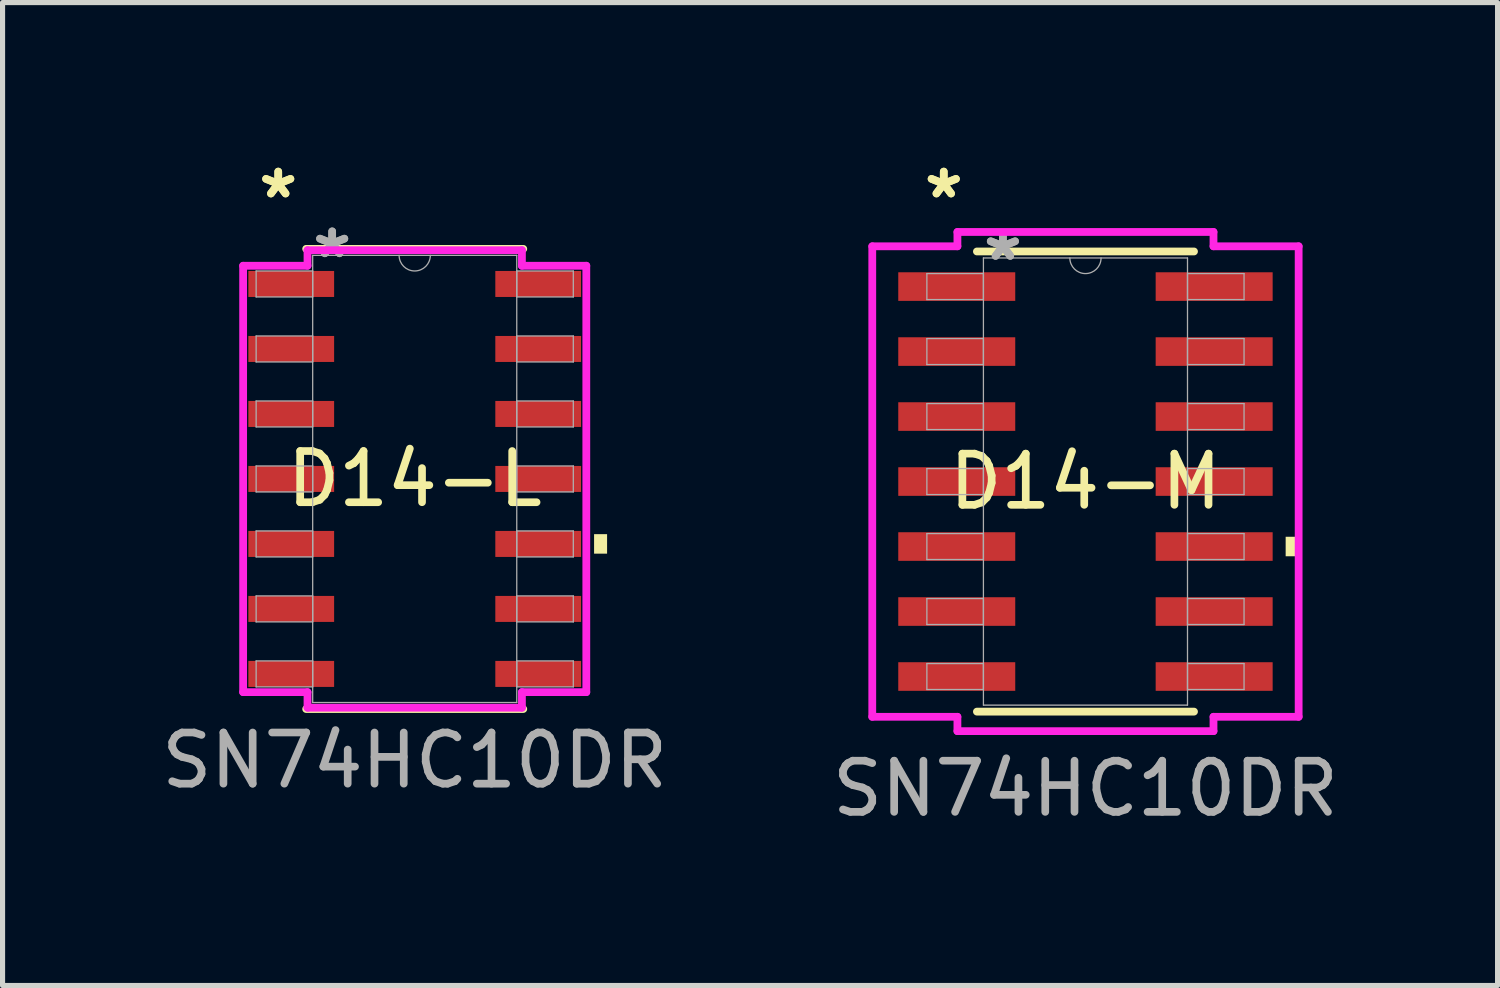
<source format=kicad_pcb>
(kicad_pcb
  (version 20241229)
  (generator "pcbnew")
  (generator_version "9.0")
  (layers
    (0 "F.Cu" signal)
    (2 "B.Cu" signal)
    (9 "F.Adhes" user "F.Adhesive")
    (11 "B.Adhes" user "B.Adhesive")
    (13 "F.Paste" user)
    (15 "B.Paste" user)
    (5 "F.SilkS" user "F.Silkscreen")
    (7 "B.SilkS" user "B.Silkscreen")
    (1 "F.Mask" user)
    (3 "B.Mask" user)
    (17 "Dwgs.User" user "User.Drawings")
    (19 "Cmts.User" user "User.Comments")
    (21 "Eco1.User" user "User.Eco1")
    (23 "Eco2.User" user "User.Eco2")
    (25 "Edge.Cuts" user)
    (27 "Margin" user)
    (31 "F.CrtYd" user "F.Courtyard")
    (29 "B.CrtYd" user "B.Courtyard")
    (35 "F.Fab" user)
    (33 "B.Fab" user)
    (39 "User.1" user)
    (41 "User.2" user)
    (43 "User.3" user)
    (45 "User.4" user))
  (footprint "D14-L"
    (layer "F.Cu")
    (at 5.054 6.309)
    (property "Reference" "D14-L" (at 0 0 0) (unlocked yes) (layer "F.SilkS") (effects (font (size 1 1) (thickness 0.15))))
    (attr smd)
    (fp_line (start -2.121 4.496) (end 2.121 4.496) (stroke (width 0.152) (type solid)) (layer "F.SilkS"))
    (fp_line (start 2.121 -4.496) (end -2.121 -4.496) (stroke (width 0.152) (type solid)) (layer "F.SilkS"))
    (fp_poly (pts (xy 3.759 1.079) (xy 3.759 1.46) (xy 3.505 1.46) (xy 3.505 1.079)) (stroke (width 0) (type solid)) (fill yes) (layer "F.SilkS"))
    (fp_line (start -3.353 -4.166) (end -2.095 -4.166) (stroke (width 0.152) (type solid)) (layer "F.CrtYd"))
    (fp_line (start -3.353 4.166) (end -3.353 -4.166) (stroke (width 0.152) (type solid)) (layer "F.CrtYd"))
    (fp_line (start -3.353 4.166) (end -2.095 4.166) (stroke (width 0.152) (type solid)) (layer "F.CrtYd"))
    (fp_line (start -2.095 -4.47) (end 2.095 -4.47) (stroke (width 0.152) (type solid)) (layer "F.CrtYd"))
    (fp_line (start -2.095 -4.166) (end -2.095 -4.47) (stroke (width 0.152) (type solid)) (layer "F.CrtYd"))
    (fp_line (start -2.095 4.47) (end -2.095 4.166) (stroke (width 0.152) (type solid)) (layer "F.CrtYd"))
    (fp_line (start 2.095 -4.47) (end 2.095 -4.166) (stroke (width 0.152) (type solid)) (layer "F.CrtYd"))
    (fp_line (start 2.095 4.166) (end 2.095 4.47) (stroke (width 0.152) (type solid)) (layer "F.CrtYd"))
    (fp_line (start 2.095 4.47) (end -2.095 4.47) (stroke (width 0.152) (type solid)) (layer "F.CrtYd"))
    (fp_line (start 3.353 -4.166) (end 2.095 -4.166) (stroke (width 0.152) (type solid)) (layer "F.CrtYd"))
    (fp_line (start 3.353 -4.166) (end 3.353 4.166) (stroke (width 0.152) (type solid)) (layer "F.CrtYd"))
    (fp_line (start 3.353 4.166) (end 2.095 4.166) (stroke (width 0.152) (type solid)) (layer "F.CrtYd"))
    (fp_line (start -3.099 -4.064) (end -3.099 -3.556) (stroke (width 0.025) (type solid)) (layer "F.Fab"))
    (fp_line (start -3.099 -3.556) (end -1.994 -3.556) (stroke (width 0.025) (type solid)) (layer "F.Fab"))
    (fp_line (start -3.099 -2.794) (end -3.099 -2.286) (stroke (width 0.025) (type solid)) (layer "F.Fab"))
    (fp_line (start -3.099 -2.286) (end -1.994 -2.286) (stroke (width 0.025) (type solid)) (layer "F.Fab"))
    (fp_line (start -3.099 -1.524) (end -3.099 -1.016) (stroke (width 0.025) (type solid)) (layer "F.Fab"))
    (fp_line (start -3.099 -1.016) (end -1.994 -1.016) (stroke (width 0.025) (type solid)) (layer "F.Fab"))
    (fp_line (start -3.099 -0.254) (end -3.099 0.254) (stroke (width 0.025) (type solid)) (layer "F.Fab"))
    (fp_line (start -3.099 0.254) (end -1.994 0.254) (stroke (width 0.025) (type solid)) (layer "F.Fab"))
    (fp_line (start -3.099 1.016) (end -3.099 1.524) (stroke (width 0.025) (type solid)) (layer "F.Fab"))
    (fp_line (start -3.099 1.524) (end -1.994 1.524) (stroke (width 0.025) (type solid)) (layer "F.Fab"))
    (fp_line (start -3.099 2.286) (end -3.099 2.794) (stroke (width 0.025) (type solid)) (layer "F.Fab"))
    (fp_line (start -3.099 2.794) (end -1.994 2.794) (stroke (width 0.025) (type solid)) (layer "F.Fab"))
    (fp_line (start -3.099 3.556) (end -3.099 4.064) (stroke (width 0.025) (type solid)) (layer "F.Fab"))
    (fp_line (start -3.099 4.064) (end -1.994 4.064) (stroke (width 0.025) (type solid)) (layer "F.Fab"))
    (fp_line (start -1.994 -4.369) (end -1.994 4.369) (stroke (width 0.025) (type solid)) (layer "F.Fab"))
    (fp_line (start -1.994 -4.064) (end -3.099 -4.064) (stroke (width 0.025) (type solid)) (layer "F.Fab"))
    (fp_line (start -1.994 -3.556) (end -1.994 -4.064) (stroke (width 0.025) (type solid)) (layer "F.Fab"))
    (fp_line (start -1.994 -2.794) (end -3.099 -2.794) (stroke (width 0.025) (type solid)) (layer "F.Fab"))
    (fp_line (start -1.994 -2.286) (end -1.994 -2.794) (stroke (width 0.025) (type solid)) (layer "F.Fab"))
    (fp_line (start -1.994 -1.524) (end -3.099 -1.524) (stroke (width 0.025) (type solid)) (layer "F.Fab"))
    (fp_line (start -1.994 -1.016) (end -1.994 -1.524) (stroke (width 0.025) (type solid)) (layer "F.Fab"))
    (fp_line (start -1.994 -0.254) (end -3.099 -0.254) (stroke (width 0.025) (type solid)) (layer "F.Fab"))
    (fp_line (start -1.994 0.254) (end -1.994 -0.254) (stroke (width 0.025) (type solid)) (layer "F.Fab"))
    (fp_line (start -1.994 1.016) (end -3.099 1.016) (stroke (width 0.025) (type solid)) (layer "F.Fab"))
    (fp_line (start -1.994 1.524) (end -1.994 1.016) (stroke (width 0.025) (type solid)) (layer "F.Fab"))
    (fp_line (start -1.994 2.286) (end -3.099 2.286) (stroke (width 0.025) (type solid)) (layer "F.Fab"))
    (fp_line (start -1.994 2.794) (end -1.994 2.286) (stroke (width 0.025) (type solid)) (layer "F.Fab"))
    (fp_line (start -1.994 3.556) (end -3.099 3.556) (stroke (width 0.025) (type solid)) (layer "F.Fab"))
    (fp_line (start -1.994 4.064) (end -1.994 3.556) (stroke (width 0.025) (type solid)) (layer "F.Fab"))
    (fp_line (start -1.994 4.369) (end 1.994 4.369) (stroke (width 0.025) (type solid)) (layer "F.Fab"))
    (fp_line (start 1.994 -4.369) (end -1.994 -4.369) (stroke (width 0.025) (type solid)) (layer "F.Fab"))
    (fp_line (start 1.994 -4.064) (end 1.994 -3.556) (stroke (width 0.025) (type solid)) (layer "F.Fab"))
    (fp_line (start 1.994 -3.556) (end 3.099 -3.556) (stroke (width 0.025) (type solid)) (layer "F.Fab"))
    (fp_line (start 1.994 -2.794) (end 1.994 -2.286) (stroke (width 0.025) (type solid)) (layer "F.Fab"))
    (fp_line (start 1.994 -2.286) (end 3.099 -2.286) (stroke (width 0.025) (type solid)) (layer "F.Fab"))
    (fp_line (start 1.994 -1.524) (end 1.994 -1.016) (stroke (width 0.025) (type solid)) (layer "F.Fab"))
    (fp_line (start 1.994 -1.016) (end 3.099 -1.016) (stroke (width 0.025) (type solid)) (layer "F.Fab"))
    (fp_line (start 1.994 -0.254) (end 1.994 0.254) (stroke (width 0.025) (type solid)) (layer "F.Fab"))
    (fp_line (start 1.994 0.254) (end 3.099 0.254) (stroke (width 0.025) (type solid)) (layer "F.Fab"))
    (fp_line (start 1.994 1.016) (end 1.994 1.524) (stroke (width 0.025) (type solid)) (layer "F.Fab"))
    (fp_line (start 1.994 1.524) (end 3.099 1.524) (stroke (width 0.025) (type solid)) (layer "F.Fab"))
    (fp_line (start 1.994 2.286) (end 1.994 2.794) (stroke (width 0.025) (type solid)) (layer "F.Fab"))
    (fp_line (start 1.994 2.794) (end 3.099 2.794) (stroke (width 0.025) (type solid)) (layer "F.Fab"))
    (fp_line (start 1.994 3.556) (end 1.994 4.064) (stroke (width 0.025) (type solid)) (layer "F.Fab"))
    (fp_line (start 1.994 4.064) (end 3.099 4.064) (stroke (width 0.025) (type solid)) (layer "F.Fab"))
    (fp_line (start 1.994 4.369) (end 1.994 -4.369) (stroke (width 0.025) (type solid)) (layer "F.Fab"))
    (fp_line (start 3.099 -4.064) (end 1.994 -4.064) (stroke (width 0.025) (type solid)) (layer "F.Fab"))
    (fp_line (start 3.099 -3.556) (end 3.099 -4.064) (stroke (width 0.025) (type solid)) (layer "F.Fab"))
    (fp_line (start 3.099 -2.794) (end 1.994 -2.794) (stroke (width 0.025) (type solid)) (layer "F.Fab"))
    (fp_line (start 3.099 -2.286) (end 3.099 -2.794) (stroke (width 0.025) (type solid)) (layer "F.Fab"))
    (fp_line (start 3.099 -1.524) (end 1.994 -1.524) (stroke (width 0.025) (type solid)) (layer "F.Fab"))
    (fp_line (start 3.099 -1.016) (end 3.099 -1.524) (stroke (width 0.025) (type solid)) (layer "F.Fab"))
    (fp_line (start 3.099 -0.254) (end 1.994 -0.254) (stroke (width 0.025) (type solid)) (layer "F.Fab"))
    (fp_line (start 3.099 0.254) (end 3.099 -0.254) (stroke (width 0.025) (type solid)) (layer "F.Fab"))
    (fp_line (start 3.099 1.016) (end 1.994 1.016) (stroke (width 0.025) (type solid)) (layer "F.Fab"))
    (fp_line (start 3.099 1.524) (end 3.099 1.016) (stroke (width 0.025) (type solid)) (layer "F.Fab"))
    (fp_line (start 3.099 2.286) (end 1.994 2.286) (stroke (width 0.025) (type solid)) (layer "F.Fab"))
    (fp_line (start 3.099 2.794) (end 3.099 2.286) (stroke (width 0.025) (type solid)) (layer "F.Fab"))
    (fp_line (start 3.099 3.556) (end 1.994 3.556) (stroke (width 0.025) (type solid)) (layer "F.Fab"))
    (fp_line (start 3.099 4.064) (end 3.099 3.556) (stroke (width 0.025) (type solid)) (layer "F.Fab"))
    (fp_arc (start 0.3048 -4.3688) (mid 0 -4.064) (end -0.3048 -4.3688) (stroke (width 0.0254) (type solid)) (layer "F.Fab"))
    (fp_text user "*" (at -2.667 -5.461 0) (layer "F.SilkS") (effects (font (size 1 1) (thickness 0.15))))
    (fp_text user "*" (at -2.667 -5.461 0) (unlocked yes) (layer "F.SilkS") (effects (font (size 1 1) (thickness 0.15))))
    (fp_text user "*" (at -1.613 -4.293 0) (unlocked yes) (layer "F.Fab") (effects (font (size 1 1) (thickness 0.15))))
    (fp_text user "*" (at -1.613 -4.293 0) (layer "F.Fab") (effects (font (size 1 1) (thickness 0.15))))
    (fp_text user "SN74HC10DR" (at 0 5.5 0) (unlocked yes) (layer "F.Fab") (effects (font (size 1 1) (thickness 0.15))))
    (pad "1" smd rect (at -2.413 -3.81) (size 1.676 0.508) (layers "F.Cu" "F.Mask" "F.Paste"))
    (pad "2" smd rect (at -2.413 -2.54) (size 1.676 0.508) (layers "F.Cu" "F.Mask" "F.Paste"))
    (pad "3" smd rect (at -2.413 -1.27) (size 1.676 0.508) (layers "F.Cu" "F.Mask" "F.Paste"))
    (pad "4" smd rect (at -2.413 0) (size 1.676 0.508) (layers "F.Cu" "F.Mask" "F.Paste"))
    (pad "5" smd rect (at -2.413 1.27) (size 1.676 0.508) (layers "F.Cu" "F.Mask" "F.Paste"))
    (pad "6" smd rect (at -2.413 2.54) (size 1.676 0.508) (layers "F.Cu" "F.Mask" "F.Paste"))
    (pad "7" smd rect (at -2.413 3.81) (size 1.676 0.508) (layers "F.Cu" "F.Mask" "F.Paste"))
    (pad "8" smd rect (at 2.413 3.81) (size 1.676 0.508) (layers "F.Cu" "F.Mask" "F.Paste"))
    (pad "9" smd rect (at 2.413 2.54) (size 1.676 0.508) (layers "F.Cu" "F.Mask" "F.Paste"))
    (pad "10" smd rect (at 2.413 1.27) (size 1.676 0.508) (layers "F.Cu" "F.Mask" "F.Paste"))
    (pad "11" smd rect (at 2.413 0) (size 1.676 0.508) (layers "F.Cu" "F.Mask" "F.Paste"))
    (pad "12" smd rect (at 2.413 -1.27) (size 1.676 0.508) (layers "F.Cu" "F.Mask" "F.Paste"))
    (pad "13" smd rect (at 2.413 -2.54) (size 1.676 0.508) (layers "F.Cu" "F.Mask" "F.Paste"))
    (pad "14" smd rect (at 2.413 -3.81) (size 1.676 0.508) (layers "F.Cu" "F.Mask" "F.Paste")))
  (footprint "D14-M"
    (layer "F.Cu")
    (at 18.161 6.36)
    (property "Reference" "D14-M" (at 0 0 0) (unlocked yes) (layer "F.SilkS") (effects (font (size 1 1) (thickness 0.15))))
    (attr smd)
    (fp_line (start -2.121 4.496) (end 2.121 4.496) (stroke (width 0.152) (type solid)) (layer "F.SilkS"))
    (fp_line (start 2.121 -4.496) (end -2.121 -4.496) (stroke (width 0.152) (type solid)) (layer "F.SilkS"))
    (fp_poly (pts (xy 4.166 1.079) (xy 4.166 1.46) (xy 3.912 1.46) (xy 3.912 1.079)) (stroke (width 0) (type solid)) (fill yes) (layer "F.SilkS"))
    (fp_line (start -4.166 -4.597) (end -2.502 -4.597) (stroke (width 0.152) (type solid)) (layer "F.CrtYd"))
    (fp_line (start -4.166 4.597) (end -4.166 -4.597) (stroke (width 0.152) (type solid)) (layer "F.CrtYd"))
    (fp_line (start -4.166 4.597) (end -2.502 4.597) (stroke (width 0.152) (type solid)) (layer "F.CrtYd"))
    (fp_line (start -2.502 -4.877) (end 2.502 -4.877) (stroke (width 0.152) (type solid)) (layer "F.CrtYd"))
    (fp_line (start -2.502 -4.597) (end -2.502 -4.877) (stroke (width 0.152) (type solid)) (layer "F.CrtYd"))
    (fp_line (start -2.502 4.877) (end -2.502 4.597) (stroke (width 0.152) (type solid)) (layer "F.CrtYd"))
    (fp_line (start 2.502 -4.877) (end 2.502 -4.597) (stroke (width 0.152) (type solid)) (layer "F.CrtYd"))
    (fp_line (start 2.502 4.597) (end 2.502 4.877) (stroke (width 0.152) (type solid)) (layer "F.CrtYd"))
    (fp_line (start 2.502 4.877) (end -2.502 4.877) (stroke (width 0.152) (type solid)) (layer "F.CrtYd"))
    (fp_line (start 4.166 -4.597) (end 2.502 -4.597) (stroke (width 0.152) (type solid)) (layer "F.CrtYd"))
    (fp_line (start 4.166 -4.597) (end 4.166 4.597) (stroke (width 0.152) (type solid)) (layer "F.CrtYd"))
    (fp_line (start 4.166 4.597) (end 2.502 4.597) (stroke (width 0.152) (type solid)) (layer "F.CrtYd"))
    (fp_line (start -3.099 -4.064) (end -3.099 -3.556) (stroke (width 0.025) (type solid)) (layer "F.Fab"))
    (fp_line (start -3.099 -3.556) (end -1.994 -3.556) (stroke (width 0.025) (type solid)) (layer "F.Fab"))
    (fp_line (start -3.099 -2.794) (end -3.099 -2.286) (stroke (width 0.025) (type solid)) (layer "F.Fab"))
    (fp_line (start -3.099 -2.286) (end -1.994 -2.286) (stroke (width 0.025) (type solid)) (layer "F.Fab"))
    (fp_line (start -3.099 -1.524) (end -3.099 -1.016) (stroke (width 0.025) (type solid)) (layer "F.Fab"))
    (fp_line (start -3.099 -1.016) (end -1.994 -1.016) (stroke (width 0.025) (type solid)) (layer "F.Fab"))
    (fp_line (start -3.099 -0.254) (end -3.099 0.254) (stroke (width 0.025) (type solid)) (layer "F.Fab"))
    (fp_line (start -3.099 0.254) (end -1.994 0.254) (stroke (width 0.025) (type solid)) (layer "F.Fab"))
    (fp_line (start -3.099 1.016) (end -3.099 1.524) (stroke (width 0.025) (type solid)) (layer "F.Fab"))
    (fp_line (start -3.099 1.524) (end -1.994 1.524) (stroke (width 0.025) (type solid)) (layer "F.Fab"))
    (fp_line (start -3.099 2.286) (end -3.099 2.794) (stroke (width 0.025) (type solid)) (layer "F.Fab"))
    (fp_line (start -3.099 2.794) (end -1.994 2.794) (stroke (width 0.025) (type solid)) (layer "F.Fab"))
    (fp_line (start -3.099 3.556) (end -3.099 4.064) (stroke (width 0.025) (type solid)) (layer "F.Fab"))
    (fp_line (start -3.099 4.064) (end -1.994 4.064) (stroke (width 0.025) (type solid)) (layer "F.Fab"))
    (fp_line (start -1.994 -4.369) (end -1.994 4.369) (stroke (width 0.025) (type solid)) (layer "F.Fab"))
    (fp_line (start -1.994 -4.064) (end -3.099 -4.064) (stroke (width 0.025) (type solid)) (layer "F.Fab"))
    (fp_line (start -1.994 -3.556) (end -1.994 -4.064) (stroke (width 0.025) (type solid)) (layer "F.Fab"))
    (fp_line (start -1.994 -2.794) (end -3.099 -2.794) (stroke (width 0.025) (type solid)) (layer "F.Fab"))
    (fp_line (start -1.994 -2.286) (end -1.994 -2.794) (stroke (width 0.025) (type solid)) (layer "F.Fab"))
    (fp_line (start -1.994 -1.524) (end -3.099 -1.524) (stroke (width 0.025) (type solid)) (layer "F.Fab"))
    (fp_line (start -1.994 -1.016) (end -1.994 -1.524) (stroke (width 0.025) (type solid)) (layer "F.Fab"))
    (fp_line (start -1.994 -0.254) (end -3.099 -0.254) (stroke (width 0.025) (type solid)) (layer "F.Fab"))
    (fp_line (start -1.994 0.254) (end -1.994 -0.254) (stroke (width 0.025) (type solid)) (layer "F.Fab"))
    (fp_line (start -1.994 1.016) (end -3.099 1.016) (stroke (width 0.025) (type solid)) (layer "F.Fab"))
    (fp_line (start -1.994 1.524) (end -1.994 1.016) (stroke (width 0.025) (type solid)) (layer "F.Fab"))
    (fp_line (start -1.994 2.286) (end -3.099 2.286) (stroke (width 0.025) (type solid)) (layer "F.Fab"))
    (fp_line (start -1.994 2.794) (end -1.994 2.286) (stroke (width 0.025) (type solid)) (layer "F.Fab"))
    (fp_line (start -1.994 3.556) (end -3.099 3.556) (stroke (width 0.025) (type solid)) (layer "F.Fab"))
    (fp_line (start -1.994 4.064) (end -1.994 3.556) (stroke (width 0.025) (type solid)) (layer "F.Fab"))
    (fp_line (start -1.994 4.369) (end 1.994 4.369) (stroke (width 0.025) (type solid)) (layer "F.Fab"))
    (fp_line (start 1.994 -4.369) (end -1.994 -4.369) (stroke (width 0.025) (type solid)) (layer "F.Fab"))
    (fp_line (start 1.994 -4.064) (end 1.994 -3.556) (stroke (width 0.025) (type solid)) (layer "F.Fab"))
    (fp_line (start 1.994 -3.556) (end 3.099 -3.556) (stroke (width 0.025) (type solid)) (layer "F.Fab"))
    (fp_line (start 1.994 -2.794) (end 1.994 -2.286) (stroke (width 0.025) (type solid)) (layer "F.Fab"))
    (fp_line (start 1.994 -2.286) (end 3.099 -2.286) (stroke (width 0.025) (type solid)) (layer "F.Fab"))
    (fp_line (start 1.994 -1.524) (end 1.994 -1.016) (stroke (width 0.025) (type solid)) (layer "F.Fab"))
    (fp_line (start 1.994 -1.016) (end 3.099 -1.016) (stroke (width 0.025) (type solid)) (layer "F.Fab"))
    (fp_line (start 1.994 -0.254) (end 1.994 0.254) (stroke (width 0.025) (type solid)) (layer "F.Fab"))
    (fp_line (start 1.994 0.254) (end 3.099 0.254) (stroke (width 0.025) (type solid)) (layer "F.Fab"))
    (fp_line (start 1.994 1.016) (end 1.994 1.524) (stroke (width 0.025) (type solid)) (layer "F.Fab"))
    (fp_line (start 1.994 1.524) (end 3.099 1.524) (stroke (width 0.025) (type solid)) (layer "F.Fab"))
    (fp_line (start 1.994 2.286) (end 1.994 2.794) (stroke (width 0.025) (type solid)) (layer "F.Fab"))
    (fp_line (start 1.994 2.794) (end 3.099 2.794) (stroke (width 0.025) (type solid)) (layer "F.Fab"))
    (fp_line (start 1.994 3.556) (end 1.994 4.064) (stroke (width 0.025) (type solid)) (layer "F.Fab"))
    (fp_line (start 1.994 4.064) (end 3.099 4.064) (stroke (width 0.025) (type solid)) (layer "F.Fab"))
    (fp_line (start 1.994 4.369) (end 1.994 -4.369) (stroke (width 0.025) (type solid)) (layer "F.Fab"))
    (fp_line (start 3.099 -4.064) (end 1.994 -4.064) (stroke (width 0.025) (type solid)) (layer "F.Fab"))
    (fp_line (start 3.099 -3.556) (end 3.099 -4.064) (stroke (width 0.025) (type solid)) (layer "F.Fab"))
    (fp_line (start 3.099 -2.794) (end 1.994 -2.794) (stroke (width 0.025) (type solid)) (layer "F.Fab"))
    (fp_line (start 3.099 -2.286) (end 3.099 -2.794) (stroke (width 0.025) (type solid)) (layer "F.Fab"))
    (fp_line (start 3.099 -1.524) (end 1.994 -1.524) (stroke (width 0.025) (type solid)) (layer "F.Fab"))
    (fp_line (start 3.099 -1.016) (end 3.099 -1.524) (stroke (width 0.025) (type solid)) (layer "F.Fab"))
    (fp_line (start 3.099 -0.254) (end 1.994 -0.254) (stroke (width 0.025) (type solid)) (layer "F.Fab"))
    (fp_line (start 3.099 0.254) (end 3.099 -0.254) (stroke (width 0.025) (type solid)) (layer "F.Fab"))
    (fp_line (start 3.099 1.016) (end 1.994 1.016) (stroke (width 0.025) (type solid)) (layer "F.Fab"))
    (fp_line (start 3.099 1.524) (end 3.099 1.016) (stroke (width 0.025) (type solid)) (layer "F.Fab"))
    (fp_line (start 3.099 2.286) (end 1.994 2.286) (stroke (width 0.025) (type solid)) (layer "F.Fab"))
    (fp_line (start 3.099 2.794) (end 3.099 2.286) (stroke (width 0.025) (type solid)) (layer "F.Fab"))
    (fp_line (start 3.099 3.556) (end 1.994 3.556) (stroke (width 0.025) (type solid)) (layer "F.Fab"))
    (fp_line (start 3.099 4.064) (end 3.099 3.556) (stroke (width 0.025) (type solid)) (layer "F.Fab"))
    (fp_arc (start 0.3048 -4.3688) (mid 0 -4.064) (end -0.3048 -4.3688) (stroke (width 0.0254) (type solid)) (layer "F.Fab"))
    (fp_text user "*" (at -2.769 -5.512 0) (layer "F.SilkS") (effects (font (size 1 1) (thickness 0.15))))
    (fp_text user "*" (at -2.769 -5.512 0) (unlocked yes) (layer "F.SilkS") (effects (font (size 1 1) (thickness 0.15))))
    (fp_text user "*" (at -1.613 -4.293 0) (unlocked yes) (layer "F.Fab") (effects (font (size 1 1) (thickness 0.15))))
    (fp_text user "SN74HC10DR" (at 0 6 0) (unlocked yes) (layer "F.Fab") (effects (font (size 1 1) (thickness 0.15))))
    (fp_text user "*" (at -1.613 -4.293 0) (layer "F.Fab") (effects (font (size 1 1) (thickness 0.15))))
    (pad "1" smd rect (at -2.515 -3.81) (size 2.286 0.559) (layers "F.Cu" "F.Mask" "F.Paste"))
    (pad "2" smd rect (at -2.515 -2.54) (size 2.286 0.559) (layers "F.Cu" "F.Mask" "F.Paste"))
    (pad "3" smd rect (at -2.515 -1.27) (size 2.286 0.559) (layers "F.Cu" "F.Mask" "F.Paste"))
    (pad "4" smd rect (at -2.515 0) (size 2.286 0.559) (layers "F.Cu" "F.Mask" "F.Paste"))
    (pad "5" smd rect (at -2.515 1.27) (size 2.286 0.559) (layers "F.Cu" "F.Mask" "F.Paste"))
    (pad "6" smd rect (at -2.515 2.54) (size 2.286 0.559) (layers "F.Cu" "F.Mask" "F.Paste"))
    (pad "7" smd rect (at -2.515 3.81) (size 2.286 0.559) (layers "F.Cu" "F.Mask" "F.Paste"))
    (pad "8" smd rect (at 2.515 3.81) (size 2.286 0.559) (layers "F.Cu" "F.Mask" "F.Paste"))
    (pad "9" smd rect (at 2.515 2.54) (size 2.286 0.559) (layers "F.Cu" "F.Mask" "F.Paste"))
    (pad "10" smd rect (at 2.515 1.27) (size 2.286 0.559) (layers "F.Cu" "F.Mask" "F.Paste"))
    (pad "11" smd rect (at 2.515 0) (size 2.286 0.559) (layers "F.Cu" "F.Mask" "F.Paste"))
    (pad "12" smd rect (at 2.515 -1.27) (size 2.286 0.559) (layers "F.Cu" "F.Mask" "F.Paste"))
    (pad "13" smd rect (at 2.515 -2.54) (size 2.286 0.559) (layers "F.Cu" "F.Mask" "F.Paste"))
    (pad "14" smd rect (at 2.515 -3.81) (size 2.286 0.559) (layers "F.Cu" "F.Mask" "F.Paste")))
  (gr_rect
    (start -3 -3)
    (end 26.214 16.208)
    (stroke (width 0.1) (type default))
    (fill no)
    (layer "Edge.Cuts")))
</source>
